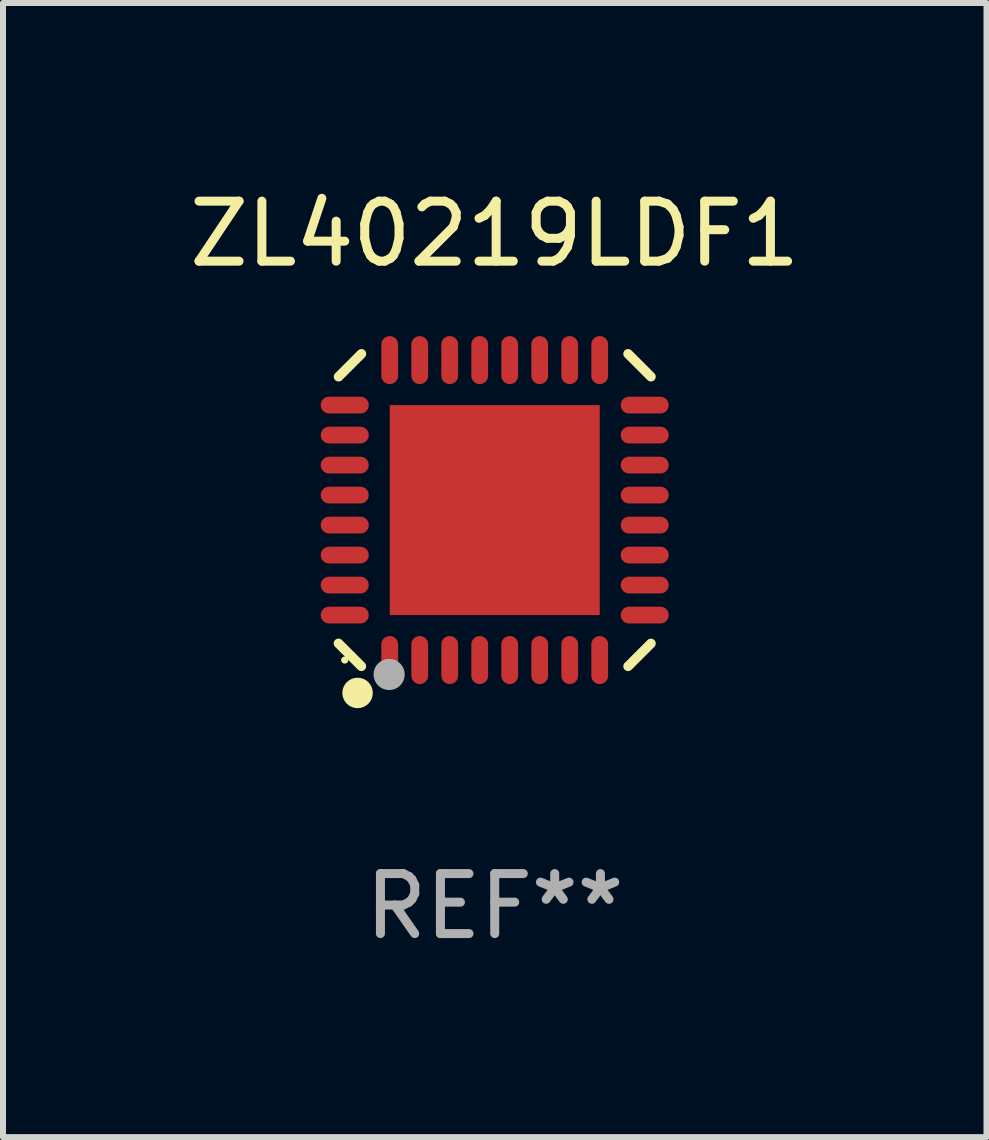
<source format=kicad_pcb>
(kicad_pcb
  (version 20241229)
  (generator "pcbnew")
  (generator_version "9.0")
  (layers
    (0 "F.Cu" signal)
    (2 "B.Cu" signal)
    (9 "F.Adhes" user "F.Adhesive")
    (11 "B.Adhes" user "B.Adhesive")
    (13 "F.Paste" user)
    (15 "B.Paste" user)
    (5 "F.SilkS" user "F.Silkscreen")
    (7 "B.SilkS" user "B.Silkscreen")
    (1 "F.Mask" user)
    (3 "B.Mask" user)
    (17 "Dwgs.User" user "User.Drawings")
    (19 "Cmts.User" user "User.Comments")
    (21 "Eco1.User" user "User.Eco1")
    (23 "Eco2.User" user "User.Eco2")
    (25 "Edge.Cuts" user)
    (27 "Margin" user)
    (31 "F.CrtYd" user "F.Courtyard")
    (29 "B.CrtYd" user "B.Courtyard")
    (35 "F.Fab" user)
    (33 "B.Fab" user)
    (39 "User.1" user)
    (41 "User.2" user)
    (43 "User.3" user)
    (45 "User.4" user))
  (footprint "ZL40219LDF1"
    (layer "F.Cu")
    (at 5.196 5.452)
    (property "Reference" "ZL40219LDF1" (at 0 -4.604 0) (layer "F.SilkS") (effects (font (size 1 1) (thickness 0.15))))
    (attr through_hole)
    (fp_line (start -2.223 2.603) (end -2.604 2.222) (stroke (width 0.16) (type solid)) (layer "F.SilkS"))
    (fp_line (start -2.222 -2.604) (end -2.603 -2.223) (stroke (width 0.16) (type solid)) (layer "F.SilkS"))
    (fp_line (start 2.223 -2.604) (end 2.604 -2.223) (stroke (width 0.16) (type solid)) (layer "F.SilkS"))
    (fp_line (start 2.604 2.223) (end 2.223 2.604) (stroke (width 0.16) (type solid)) (layer "F.SilkS"))
    (fp_circle (center -2.5 2.5) (end -2.47 2.5) (stroke (width 0.06) (type solid)) (fill no) (layer "F.SilkS"))
    (fp_circle (center -2.286 3.048) (end -2.159 3.048) (stroke (width 0.254) (type solid)) (fill no) (layer "F.SilkS"))
    (fp_circle (center -1.76 2.74) (end -1.63 2.74) (stroke (width 0.26) (type solid)) (fill no) (layer "F.Fab"))
    (fp_text user "REF**" (at 0 6.604 0) (layer "F.Fab") (effects (font (size 1 1) (thickness 0.15))))
    (pad "1" smd oval (at -1.75 2.5) (size 0.28 0.8) (layers "F.Cu" "F.Mask" "F.Paste"))
    (pad "2" smd oval (at -1.25 2.5) (size 0.28 0.8) (layers "F.Cu" "F.Mask" "F.Paste"))
    (pad "3" smd oval (at -0.75 2.5) (size 0.28 0.8) (layers "F.Cu" "F.Mask" "F.Paste"))
    (pad "4" smd oval (at -0.25 2.5) (size 0.28 0.8) (layers "F.Cu" "F.Mask" "F.Paste"))
    (pad "5" smd oval (at 0.25 2.5) (size 0.28 0.8) (layers "F.Cu" "F.Mask" "F.Paste"))
    (pad "6" smd oval (at 0.75 2.5) (size 0.28 0.8) (layers "F.Cu" "F.Mask" "F.Paste"))
    (pad "7" smd oval (at 1.25 2.5) (size 0.28 0.8) (layers "F.Cu" "F.Mask" "F.Paste"))
    (pad "8" smd oval (at 1.75 2.5) (size 0.28 0.8) (layers "F.Cu" "F.Mask" "F.Paste"))
    (pad "9" smd oval (at 2.5 1.75) (size 0.8 0.28) (layers "F.Cu" "F.Mask" "F.Paste"))
    (pad "10" smd oval (at 2.5 1.25) (size 0.8 0.28) (layers "F.Cu" "F.Mask" "F.Paste"))
    (pad "11" smd oval (at 2.5 0.75) (size 0.8 0.28) (layers "F.Cu" "F.Mask" "F.Paste"))
    (pad "12" smd oval (at 2.5 0.25) (size 0.8 0.28) (layers "F.Cu" "F.Mask" "F.Paste"))
    (pad "13" smd oval (at 2.5 -0.25) (size 0.8 0.28) (layers "F.Cu" "F.Mask" "F.Paste"))
    (pad "14" smd oval (at 2.5 -0.75) (size 0.8 0.28) (layers "F.Cu" "F.Mask" "F.Paste"))
    (pad "15" smd oval (at 2.5 -1.25) (size 0.8 0.28) (layers "F.Cu" "F.Mask" "F.Paste"))
    (pad "16" smd oval (at 2.5 -1.75) (size 0.8 0.28) (layers "F.Cu" "F.Mask" "F.Paste"))
    (pad "17" smd oval (at 1.75 -2.5) (size 0.28 0.8) (layers "F.Cu" "F.Mask" "F.Paste"))
    (pad "18" smd oval (at 1.25 -2.5) (size 0.28 0.8) (layers "F.Cu" "F.Mask" "F.Paste"))
    (pad "19" smd oval (at 0.75 -2.5) (size 0.28 0.8) (layers "F.Cu" "F.Mask" "F.Paste"))
    (pad "20" smd oval (at 0.25 -2.5) (size 0.28 0.8) (layers "F.Cu" "F.Mask" "F.Paste"))
    (pad "21" smd oval (at -0.25 -2.5) (size 0.28 0.8) (layers "F.Cu" "F.Mask" "F.Paste"))
    (pad "22" smd oval (at -0.75 -2.5) (size 0.28 0.8) (layers "F.Cu" "F.Mask" "F.Paste"))
    (pad "23" smd oval (at -1.25 -2.5) (size 0.28 0.8) (layers "F.Cu" "F.Mask" "F.Paste"))
    (pad "24" smd oval (at -1.75 -2.5) (size 0.28 0.8) (layers "F.Cu" "F.Mask" "F.Paste"))
    (pad "25" smd oval (at -2.5 -1.75) (size 0.8 0.28) (layers "F.Cu" "F.Mask" "F.Paste"))
    (pad "26" smd oval (at -2.5 -1.25) (size 0.8 0.28) (layers "F.Cu" "F.Mask" "F.Paste"))
    (pad "27" smd oval (at -2.5 -0.75) (size 0.8 0.28) (layers "F.Cu" "F.Mask" "F.Paste"))
    (pad "28" smd oval (at -2.5 -0.25) (size 0.8 0.28) (layers "F.Cu" "F.Mask" "F.Paste"))
    (pad "29" smd oval (at -2.5 0.25) (size 0.8 0.28) (layers "F.Cu" "F.Mask" "F.Paste"))
    (pad "30" smd oval (at -2.5 0.75) (size 0.8 0.28) (layers "F.Cu" "F.Mask" "F.Paste"))
    (pad "31" smd oval (at -2.5 1.25) (size 0.8 0.28) (layers "F.Cu" "F.Mask" "F.Paste"))
    (pad "32" smd oval (at -2.5 1.75) (size 0.8 0.28) (layers "F.Cu" "F.Mask" "F.Paste"))
    (pad "33" smd rect (at 0.000038 -0.000025) (size 3.5 3.5) (layers "F.Cu" "F.Mask" "F.Paste")))
  (gr_rect
    (start -3 -3)
    (end 13.393 15.904)
    (stroke (width 0.1) (type default))
    (fill no)
    (layer "Edge.Cuts")))
</source>
